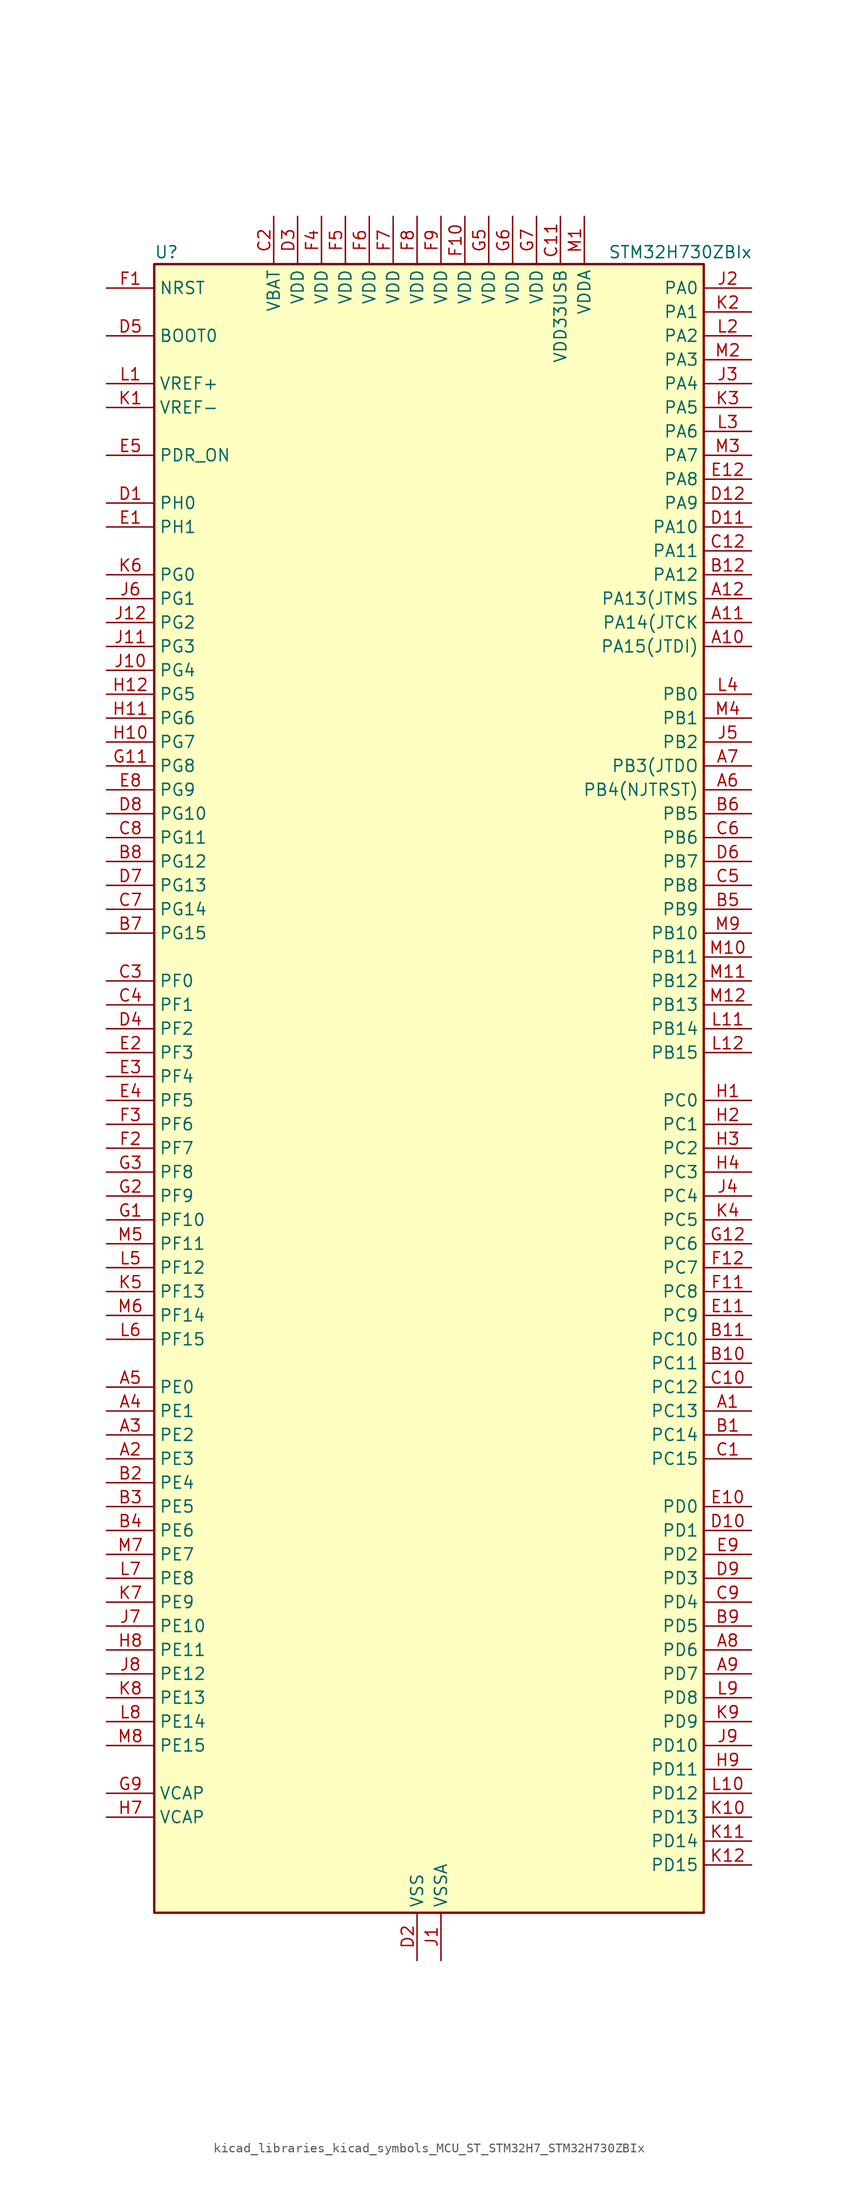
<source format=kicad_sym>
(kicad_symbol_lib
  (version 20220914)
  (generator kicad_symbol_editor)
  (symbol "kicad_libraries_kicad_symbols_MCU_ST_STM32H7_STM32H730ZBIx"
    (property "Reference" "U"
      (at -27.94 90.17 0)
      (effects (font (size 1.27 1.27)) (justify left)))
    (property "Value" "STM32H730ZBIx"
      (at 20.32 90.17 0)
      (effects (font (size 1.27 1.27)) (justify left)))
    (property "ki_locked" ""
      (at 0 0 0)
      (effects (font (size 1.27 1.27))))
    (symbol "kicad_libraries_kicad_symbols_MCU_ST_STM32H7_STM32H730ZBIx_0_1"
      (rectangle (start -27.94 -86.36) (end 30.48 88.9) (stroke (width 0.254) (type default)) (fill (type background))))
    (symbol "kicad_libraries_kicad_symbols_MCU_ST_STM32H7_STM32H730ZBIx_1_1"
      (pin bidirectional line (at 35.56 -33.02 180) (length 5.08) (name "PC13" (effects (font (size 1.27 1.27)))) (number "A1" (effects (font (size 1.27 1.27)))) (alternate "PWR_WKUP4" bidirectional line) (alternate "RTC_OUT_ALARM" bidirectional line) (alternate "RTC_OUT_CALIB" bidirectional line) (alternate "RTC_TAMP1" bidirectional line) (alternate "RTC_TS" bidirectional line))
      (pin bidirectional line (at 35.56 48.26 180) (length 5.08) (name "PA15(JTDI)" (effects (font (size 1.27 1.27)))) (number "A10" (effects (font (size 1.27 1.27)))) (alternate "ADC1_EXTI15" bidirectional line) (alternate "ADC2_EXTI15" bidirectional line) (alternate "ADC3_EXTI15" bidirectional line) (alternate "CEC" bidirectional line) (alternate "DEBUG_JTDI" bidirectional line) (alternate "I2S1_WS" bidirectional line) (alternate "I2S3_WS" bidirectional line) (alternate "I2S6_WS" bidirectional line) (alternate "LTDC_B6" bidirectional line) (alternate "LTDC_R3" bidirectional line) (alternate "SPI1_NSS" bidirectional line) (alternate "SPI3_NSS" bidirectional line) (alternate "SPI6_NSS" bidirectional line) (alternate "TIM2_CH1" bidirectional line) (alternate "TIM2_ETR" bidirectional line) (alternate "UART4_DE" bidirectional line) (alternate "UART4_RTS" bidirectional line) (alternate "UART7_TX" bidirectional line))
      (pin bidirectional line (at 35.56 50.8 180) (length 5.08) (name "PA14(JTCK" (effects (font (size 1.27 1.27)))) (number "A11" (effects (font (size 1.27 1.27)))) (alternate "DEBUG_JTCK-SWCLK" bidirectional line))
      (pin bidirectional line (at 35.56 53.34 180) (length 5.08) (name "PA13(JTMS" (effects (font (size 1.27 1.27)))) (number "A12" (effects (font (size 1.27 1.27)))) (alternate "DEBUG_JTMS-SWDIO" bidirectional line))
      (pin bidirectional line (at -33.02 -38.1 0) (length 5.08) (name "PE3" (effects (font (size 1.27 1.27)))) (number "A2" (effects (font (size 1.27 1.27)))) (alternate "DEBUG_TRACED0" bidirectional line) (alternate "FMC_A19" bidirectional line) (alternate "SAI1_SD_B" bidirectional line) (alternate "SAI4_SD_B" bidirectional line) (alternate "TIM15_BKIN" bidirectional line) (alternate "USART10_TX" bidirectional line))
      (pin bidirectional line (at -33.02 -35.56 0) (length 5.08) (name "PE2" (effects (font (size 1.27 1.27)))) (number "A3" (effects (font (size 1.27 1.27)))) (alternate "DEBUG_TRACECLK" bidirectional line) (alternate "ETH_TXD3" bidirectional line) (alternate "FMC_A23" bidirectional line) (alternate "OCTOSPIM_P1_IO2" bidirectional line) (alternate "SAI1_CK1" bidirectional line) (alternate "SAI1_MCLK_A" bidirectional line) (alternate "SAI4_CK1" bidirectional line) (alternate "SAI4_MCLK_A" bidirectional line) (alternate "SPI4_SCK" bidirectional line) (alternate "USART10_RX" bidirectional line))
      (pin bidirectional line (at -33.02 -33.02 0) (length 5.08) (name "PE1" (effects (font (size 1.27 1.27)))) (number "A4" (effects (font (size 1.27 1.27)))) (alternate "DCMI_D3" bidirectional line) (alternate "FMC_NBL1" bidirectional line) (alternate "LPTIM1_IN2" bidirectional line) (alternate "LTDC_R6" bidirectional line) (alternate "PSSI_D3" bidirectional line) (alternate "UART8_TX" bidirectional line))
      (pin bidirectional line (at -33.02 -30.48 0) (length 5.08) (name "PE0" (effects (font (size 1.27 1.27)))) (number "A5" (effects (font (size 1.27 1.27)))) (alternate "DCMI_D2" bidirectional line) (alternate "FMC_NBL0" bidirectional line) (alternate "LPTIM1_ETR" bidirectional line) (alternate "LPTIM2_ETR" bidirectional line) (alternate "LTDC_R0" bidirectional line) (alternate "PSSI_D2" bidirectional line) (alternate "SAI4_MCLK_A" bidirectional line) (alternate "TIM4_ETR" bidirectional line) (alternate "UART8_RX" bidirectional line))
      (pin bidirectional line (at 35.56 33.02 180) (length 5.08) (name "PB4(NJTRST)" (effects (font (size 1.27 1.27)))) (number "A6" (effects (font (size 1.27 1.27)))) (alternate "DEBUG_JTRST" bidirectional line) (alternate "I2S1_SDI" bidirectional line) (alternate "I2S2_WS" bidirectional line) (alternate "I2S3_SDI" bidirectional line) (alternate "I2S6_SDI" bidirectional line) (alternate "SDMMC2_D3" bidirectional line) (alternate "SPI1_MISO" bidirectional line) (alternate "SPI2_NSS" bidirectional line) (alternate "SPI3_MISO" bidirectional line) (alternate "SPI6_MISO" bidirectional line) (alternate "TIM16_BKIN" bidirectional line) (alternate "TIM3_CH1" bidirectional line) (alternate "UART7_TX" bidirectional line))
      (pin bidirectional line (at 35.56 35.56 180) (length 5.08) (name "PB3(JTDO" (effects (font (size 1.27 1.27)))) (number "A7" (effects (font (size 1.27 1.27)))) (alternate "CRS_SYNC" bidirectional line) (alternate "DEBUG_JTDO-SWO" bidirectional line) (alternate "I2S1_CK" bidirectional line) (alternate "I2S3_CK" bidirectional line) (alternate "I2S6_CK" bidirectional line) (alternate "SDMMC2_D2" bidirectional line) (alternate "SPI1_SCK" bidirectional line) (alternate "SPI3_SCK" bidirectional line) (alternate "SPI6_SCK" bidirectional line) (alternate "TIM24_ETR" bidirectional line) (alternate "TIM2_CH2" bidirectional line) (alternate "UART7_RX" bidirectional line))
      (pin bidirectional line (at 35.56 -58.42 180) (length 5.08) (name "PD6" (effects (font (size 1.27 1.27)))) (number "A8" (effects (font (size 1.27 1.27)))) (alternate "DCMI_D10" bidirectional line) (alternate "DFSDM1_CKIN4" bidirectional line) (alternate "DFSDM1_DATIN1" bidirectional line) (alternate "FMC_NWAIT" bidirectional line) (alternate "I2S3_SDO" bidirectional line) (alternate "LTDC_B2" bidirectional line) (alternate "OCTOSPIM_P1_IO6" bidirectional line) (alternate "PSSI_D10" bidirectional line) (alternate "SAI1_D1" bidirectional line) (alternate "SAI1_SD_A" bidirectional line) (alternate "SAI4_D1" bidirectional line) (alternate "SAI4_SD_A" bidirectional line) (alternate "SDMMC2_CK" bidirectional line) (alternate "SPI3_MOSI" bidirectional line) (alternate "USART2_RX" bidirectional line))
      (pin bidirectional line (at 35.56 -60.96 180) (length 5.08) (name "PD7" (effects (font (size 1.27 1.27)))) (number "A9" (effects (font (size 1.27 1.27)))) (alternate "DFSDM1_CKIN1" bidirectional line) (alternate "DFSDM1_DATIN4" bidirectional line) (alternate "FMC_NE1" bidirectional line) (alternate "I2S1_SDO" bidirectional line) (alternate "OCTOSPIM_P1_IO7" bidirectional line) (alternate "SDMMC2_CMD" bidirectional line) (alternate "SPDIFRX1_IN0" bidirectional line) (alternate "SPI1_MOSI" bidirectional line) (alternate "USART2_CK" bidirectional line))
      (pin bidirectional line (at 35.56 -35.56 180) (length 5.08) (name "PC14" (effects (font (size 1.27 1.27)))) (number "B1" (effects (font (size 1.27 1.27)))) (alternate "RCC_OSC32_IN" bidirectional line))
      (pin bidirectional line (at 35.56 -27.94 180) (length 5.08) (name "PC11" (effects (font (size 1.27 1.27)))) (number "B10" (effects (font (size 1.27 1.27)))) (alternate "ADC1_EXTI11" bidirectional line) (alternate "ADC2_EXTI11" bidirectional line) (alternate "ADC3_EXTI11" bidirectional line) (alternate "DCMI_D4" bidirectional line) (alternate "DFSDM1_DATIN5" bidirectional line) (alternate "I2C5_SCL" bidirectional line) (alternate "I2S3_SDI" bidirectional line) (alternate "LTDC_B4" bidirectional line) (alternate "OCTOSPIM_P1_NCS" bidirectional line) (alternate "PSSI_D4" bidirectional line) (alternate "SDMMC1_D3" bidirectional line) (alternate "SPI3_MISO" bidirectional line) (alternate "UART4_RX" bidirectional line) (alternate "USART3_RX" bidirectional line))
      (pin bidirectional line (at 35.56 -25.4 180) (length 5.08) (name "PC10" (effects (font (size 1.27 1.27)))) (number "B11" (effects (font (size 1.27 1.27)))) (alternate "DCMI_D8" bidirectional line) (alternate "DFSDM1_CKIN5" bidirectional line) (alternate "I2C5_SDA" bidirectional line) (alternate "I2S3_CK" bidirectional line) (alternate "LTDC_B1" bidirectional line) (alternate "LTDC_R2" bidirectional line) (alternate "OCTOSPIM_P1_IO1" bidirectional line) (alternate "PSSI_D8" bidirectional line) (alternate "SDMMC1_D2" bidirectional line) (alternate "SPI3_SCK" bidirectional line) (alternate "SWPMI1_RX" bidirectional line) (alternate "UART4_TX" bidirectional line) (alternate "USART3_TX" bidirectional line))
      (pin bidirectional line (at 35.56 55.88 180) (length 5.08) (name "PA12" (effects (font (size 1.27 1.27)))) (number "B12" (effects (font (size 1.27 1.27)))) (alternate "FDCAN1_TX" bidirectional line) (alternate "I2S2_CK" bidirectional line) (alternate "LPUART1_DE" bidirectional line) (alternate "LPUART1_RTS" bidirectional line) (alternate "LTDC_R5" bidirectional line) (alternate "SAI4_FS_B" bidirectional line) (alternate "SPI2_SCK" bidirectional line) (alternate "TIM1_BKIN2" bidirectional line) (alternate "TIM1_ETR" bidirectional line) (alternate "UART4_TX" bidirectional line) (alternate "USART1_DE" bidirectional line) (alternate "USART1_RTS" bidirectional line) (alternate "USB_OTG_HS_DP" bidirectional line))
      (pin bidirectional line (at -33.02 -40.64 0) (length 5.08) (name "PE4" (effects (font (size 1.27 1.27)))) (number "B2" (effects (font (size 1.27 1.27)))) (alternate "DCMI_D4" bidirectional line) (alternate "DEBUG_TRACED1" bidirectional line) (alternate "DFSDM1_DATIN3" bidirectional line) (alternate "FMC_A20" bidirectional line) (alternate "LTDC_B0" bidirectional line) (alternate "PSSI_D4" bidirectional line) (alternate "SAI1_D2" bidirectional line) (alternate "SAI1_FS_A" bidirectional line) (alternate "SAI4_D2" bidirectional line) (alternate "SAI4_FS_A" bidirectional line) (alternate "SPI4_NSS" bidirectional line) (alternate "TIM15_CH1N" bidirectional line))
      (pin bidirectional line (at -33.02 -43.18 0) (length 5.08) (name "PE5" (effects (font (size 1.27 1.27)))) (number "B3" (effects (font (size 1.27 1.27)))) (alternate "DCMI_D6" bidirectional line) (alternate "DEBUG_TRACED2" bidirectional line) (alternate "DFSDM1_CKIN3" bidirectional line) (alternate "FMC_A21" bidirectional line) (alternate "LTDC_G0" bidirectional line) (alternate "PSSI_D6" bidirectional line) (alternate "SAI1_CK2" bidirectional line) (alternate "SAI1_SCK_A" bidirectional line) (alternate "SAI4_CK2" bidirectional line) (alternate "SAI4_SCK_A" bidirectional line) (alternate "SPI4_MISO" bidirectional line) (alternate "TIM15_CH1" bidirectional line))
      (pin bidirectional line (at -33.02 -45.72 0) (length 5.08) (name "PE6" (effects (font (size 1.27 1.27)))) (number "B4" (effects (font (size 1.27 1.27)))) (alternate "DCMI_D7" bidirectional line) (alternate "DEBUG_TRACED3" bidirectional line) (alternate "FMC_A22" bidirectional line) (alternate "LTDC_G1" bidirectional line) (alternate "PSSI_D7" bidirectional line) (alternate "SAI1_D1" bidirectional line) (alternate "SAI1_SD_A" bidirectional line) (alternate "SAI4_D1" bidirectional line) (alternate "SAI4_MCLK_B" bidirectional line) (alternate "SAI4_SD_A" bidirectional line) (alternate "SPI4_MOSI" bidirectional line) (alternate "TIM15_CH2" bidirectional line) (alternate "TIM1_BKIN2" bidirectional line) (alternate "TIM1_BKIN2_COMP1" bidirectional line) (alternate "TIM1_BKIN2_COMP2" bidirectional line))
      (pin bidirectional line (at 35.56 20.32 180) (length 5.08) (name "PB9" (effects (font (size 1.27 1.27)))) (number "B5" (effects (font (size 1.27 1.27)))) (alternate "DAC1_EXTI9" bidirectional line) (alternate "DCMI_D7" bidirectional line) (alternate "DFSDM1_DATIN7" bidirectional line) (alternate "FDCAN1_TX" bidirectional line) (alternate "I2C1_SDA" bidirectional line) (alternate "I2C4_SDA" bidirectional line) (alternate "I2C4_SMBA" bidirectional line) (alternate "I2S2_WS" bidirectional line) (alternate "LTDC_B7" bidirectional line) (alternate "PSSI_D7" bidirectional line) (alternate "SDMMC1_CDIR" bidirectional line) (alternate "SDMMC1_D5" bidirectional line) (alternate "SDMMC2_D5" bidirectional line) (alternate "SPI2_NSS" bidirectional line) (alternate "TIM17_CH1" bidirectional line) (alternate "TIM4_CH4" bidirectional line) (alternate "UART4_TX" bidirectional line))
      (pin bidirectional line (at 35.56 30.48 180) (length 5.08) (name "PB5" (effects (font (size 1.27 1.27)))) (number "B6" (effects (font (size 1.27 1.27)))) (alternate "DCMI_D10" bidirectional line) (alternate "ETH_PPS_OUT" bidirectional line) (alternate "FDCAN2_RX" bidirectional line) (alternate "FMC_SDCKE1" bidirectional line) (alternate "I2C1_SMBA" bidirectional line) (alternate "I2C4_SMBA" bidirectional line) (alternate "I2S1_SDO" bidirectional line) (alternate "I2S3_SDO" bidirectional line) (alternate "I2S6_SDO" bidirectional line) (alternate "LTDC_B5" bidirectional line) (alternate "PSSI_D10" bidirectional line) (alternate "SPI1_MOSI" bidirectional line) (alternate "SPI3_MOSI" bidirectional line) (alternate "SPI6_MOSI" bidirectional line) (alternate "TIM17_BKIN" bidirectional line) (alternate "TIM3_CH2" bidirectional line) (alternate "UART5_RX" bidirectional line) (alternate "USB_OTG_HS_ULPI_D7" bidirectional line))
      (pin bidirectional line (at -33.02 17.78 0) (length 5.08) (name "PG15" (effects (font (size 1.27 1.27)))) (number "B7" (effects (font (size 1.27 1.27)))) (alternate "ADC1_EXTI15" bidirectional line) (alternate "ADC2_EXTI15" bidirectional line) (alternate "ADC3_EXTI15" bidirectional line) (alternate "DCMI_D13" bidirectional line) (alternate "FMC_SDNCAS" bidirectional line) (alternate "OCTOSPIM_P2_DQS" bidirectional line) (alternate "PSSI_D13" bidirectional line) (alternate "USART10_CK" bidirectional line) (alternate "USART6_CTS" bidirectional line) (alternate "USART6_NSS" bidirectional line))
      (pin bidirectional line (at -33.02 25.4 0) (length 5.08) (name "PG12" (effects (font (size 1.27 1.27)))) (number "B8" (effects (font (size 1.27 1.27)))) (alternate "ETH_TXD1" bidirectional line) (alternate "FMC_NE4" bidirectional line) (alternate "I2S6_SDI" bidirectional line) (alternate "LPTIM1_IN1" bidirectional line) (alternate "LTDC_B1" bidirectional line) (alternate "LTDC_B4" bidirectional line) (alternate "OCTOSPIM_P2_NCS" bidirectional line) (alternate "SDMMC2_D3" bidirectional line) (alternate "SPDIFRX1_IN1" bidirectional line) (alternate "SPI6_MISO" bidirectional line) (alternate "TIM23_CH1" bidirectional line) (alternate "USART10_TX" bidirectional line) (alternate "USART6_DE" bidirectional line) (alternate "USART6_RTS" bidirectional line))
      (pin bidirectional line (at 35.56 -55.88 180) (length 5.08) (name "PD5" (effects (font (size 1.27 1.27)))) (number "B9" (effects (font (size 1.27 1.27)))) (alternate "FMC_NWE" bidirectional line) (alternate "OCTOSPIM_P1_IO5" bidirectional line) (alternate "USART2_TX" bidirectional line))
      (pin bidirectional line (at 35.56 -38.1 180) (length 5.08) (name "PC15" (effects (font (size 1.27 1.27)))) (number "C1" (effects (font (size 1.27 1.27)))) (alternate "ADC1_EXTI15" bidirectional line) (alternate "ADC2_EXTI15" bidirectional line) (alternate "ADC3_EXTI15" bidirectional line) (alternate "RCC_OSC32_OUT" bidirectional line))
      (pin bidirectional line (at 35.56 -30.48 180) (length 5.08) (name "PC12" (effects (font (size 1.27 1.27)))) (number "C10" (effects (font (size 1.27 1.27)))) (alternate "DCMI_D9" bidirectional line) (alternate "DEBUG_TRACED3" bidirectional line) (alternate "FMC_D6" bidirectional line) (alternate "FMC_DA6" bidirectional line) (alternate "I2C5_SMBA" bidirectional line) (alternate "I2S3_SDO" bidirectional line) (alternate "I2S6_CK" bidirectional line) (alternate "LTDC_R6" bidirectional line) (alternate "PSSI_D9" bidirectional line) (alternate "SDMMC1_CK" bidirectional line) (alternate "SPI3_MOSI" bidirectional line) (alternate "SPI6_SCK" bidirectional line) (alternate "TIM15_CH1" bidirectional line) (alternate "UART5_TX" bidirectional line) (alternate "USART3_CK" bidirectional line))
      (pin power_in line (at 15.24 93.98 270) (length 5.08) (name "VDD33USB" (effects (font (size 1.27 1.27)))) (number "C11" (effects (font (size 1.27 1.27)))))
      (pin bidirectional line (at 35.56 58.42 180) (length 5.08) (name "PA11" (effects (font (size 1.27 1.27)))) (number "C12" (effects (font (size 1.27 1.27)))) (alternate "ADC1_EXTI11" bidirectional line) (alternate "ADC2_EXTI11" bidirectional line) (alternate "ADC3_EXTI11" bidirectional line) (alternate "FDCAN1_RX" bidirectional line) (alternate "I2S2_WS" bidirectional line) (alternate "LPUART1_CTS" bidirectional line) (alternate "LTDC_R4" bidirectional line) (alternate "SPI2_NSS" bidirectional line) (alternate "TIM1_CH4" bidirectional line) (alternate "UART4_RX" bidirectional line) (alternate "USART1_CTS" bidirectional line) (alternate "USART1_NSS" bidirectional line) (alternate "USB_OTG_HS_DM" bidirectional line))
      (pin power_in line (at -15.24 93.98 270) (length 5.08) (name "VBAT" (effects (font (size 1.27 1.27)))) (number "C2" (effects (font (size 1.27 1.27)))))
      (pin bidirectional line (at -33.02 12.7 0) (length 5.08) (name "PF0" (effects (font (size 1.27 1.27)))) (number "C3" (effects (font (size 1.27 1.27)))) (alternate "FMC_A0" bidirectional line) (alternate "I2C2_SDA" bidirectional line) (alternate "I2C5_SDA" bidirectional line) (alternate "OCTOSPIM_P2_IO0" bidirectional line) (alternate "TIM23_CH1" bidirectional line))
      (pin bidirectional line (at -33.02 10.16 0) (length 5.08) (name "PF1" (effects (font (size 1.27 1.27)))) (number "C4" (effects (font (size 1.27 1.27)))) (alternate "FMC_A1" bidirectional line) (alternate "I2C2_SCL" bidirectional line) (alternate "I2C5_SCL" bidirectional line) (alternate "OCTOSPIM_P2_IO1" bidirectional line) (alternate "TIM23_CH2" bidirectional line))
      (pin bidirectional line (at 35.56 22.86 180) (length 5.08) (name "PB8" (effects (font (size 1.27 1.27)))) (number "C5" (effects (font (size 1.27 1.27)))) (alternate "DCMI_D6" bidirectional line) (alternate "DFSDM1_CKIN7" bidirectional line) (alternate "ETH_TXD3" bidirectional line) (alternate "FDCAN1_RX" bidirectional line) (alternate "I2C1_SCL" bidirectional line) (alternate "I2C4_SCL" bidirectional line) (alternate "LTDC_B6" bidirectional line) (alternate "PSSI_D6" bidirectional line) (alternate "SDMMC1_CKIN" bidirectional line) (alternate "SDMMC1_D4" bidirectional line) (alternate "SDMMC2_D4" bidirectional line) (alternate "TIM16_CH1" bidirectional line) (alternate "TIM4_CH3" bidirectional line) (alternate "UART4_RX" bidirectional line))
      (pin bidirectional line (at 35.56 27.94 180) (length 5.08) (name "PB6" (effects (font (size 1.27 1.27)))) (number "C6" (effects (font (size 1.27 1.27)))) (alternate "CEC" bidirectional line) (alternate "DCMI_D5" bidirectional line) (alternate "DFSDM1_DATIN5" bidirectional line) (alternate "FDCAN2_TX" bidirectional line) (alternate "FMC_SDNE1" bidirectional line) (alternate "I2C1_SCL" bidirectional line) (alternate "I2C4_SCL" bidirectional line) (alternate "LPUART1_TX" bidirectional line) (alternate "OCTOSPIM_P1_NCS" bidirectional line) (alternate "PSSI_D5" bidirectional line) (alternate "TIM16_CH1N" bidirectional line) (alternate "TIM4_CH1" bidirectional line) (alternate "UART5_TX" bidirectional line) (alternate "USART1_TX" bidirectional line))
      (pin bidirectional line (at -33.02 20.32 0) (length 5.08) (name "PG14" (effects (font (size 1.27 1.27)))) (number "C7" (effects (font (size 1.27 1.27)))) (alternate "DEBUG_TRACED1" bidirectional line) (alternate "ETH_TXD1" bidirectional line) (alternate "FMC_A25" bidirectional line) (alternate "I2S6_SDO" bidirectional line) (alternate "LPTIM1_ETR" bidirectional line) (alternate "LTDC_B0" bidirectional line) (alternate "OCTOSPIM_P1_IO7" bidirectional line) (alternate "SDMMC2_D7" bidirectional line) (alternate "SPI6_MOSI" bidirectional line) (alternate "TIM23_CH3" bidirectional line) (alternate "USART10_DE" bidirectional line) (alternate "USART10_RTS" bidirectional line) (alternate "USART6_TX" bidirectional line))
      (pin bidirectional line (at -33.02 27.94 0) (length 5.08) (name "PG11" (effects (font (size 1.27 1.27)))) (number "C8" (effects (font (size 1.27 1.27)))) (alternate "ADC1_EXTI11" bidirectional line) (alternate "ADC2_EXTI11" bidirectional line) (alternate "ADC3_EXTI11" bidirectional line) (alternate "DCMI_D3" bidirectional line) (alternate "ETH_TX_EN" bidirectional line) (alternate "I2S1_CK" bidirectional line) (alternate "LPTIM1_IN2" bidirectional line) (alternate "LTDC_B3" bidirectional line) (alternate "OCTOSPIM_P2_IO7" bidirectional line) (alternate "PSSI_D3" bidirectional line) (alternate "SDMMC2_D2" bidirectional line) (alternate "SPDIFRX1_IN0" bidirectional line) (alternate "SPI1_SCK" bidirectional line) (alternate "USART10_RX" bidirectional line))
      (pin bidirectional line (at 35.56 -53.34 180) (length 5.08) (name "PD4" (effects (font (size 1.27 1.27)))) (number "C9" (effects (font (size 1.27 1.27)))) (alternate "FMC_NOE" bidirectional line) (alternate "OCTOSPIM_P1_IO4" bidirectional line) (alternate "USART2_DE" bidirectional line) (alternate "USART2_RTS" bidirectional line))
      (pin bidirectional line (at -33.02 63.5 0) (length 5.08) (name "PH0" (effects (font (size 1.27 1.27)))) (number "D1" (effects (font (size 1.27 1.27)))) (alternate "RCC_OSC_IN" bidirectional line))
      (pin bidirectional line (at 35.56 -45.72 180) (length 5.08) (name "PD1" (effects (font (size 1.27 1.27)))) (number "D10" (effects (font (size 1.27 1.27)))) (alternate "DFSDM1_DATIN6" bidirectional line) (alternate "FDCAN1_TX" bidirectional line) (alternate "FMC_D3" bidirectional line) (alternate "FMC_DA3" bidirectional line) (alternate "UART4_TX" bidirectional line))
      (pin bidirectional line (at 35.56 60.96 180) (length 5.08) (name "PA10" (effects (font (size 1.27 1.27)))) (number "D11" (effects (font (size 1.27 1.27)))) (alternate "DCMI_D1" bidirectional line) (alternate "LPUART1_RX" bidirectional line) (alternate "LTDC_B1" bidirectional line) (alternate "LTDC_B4" bidirectional line) (alternate "MDIOS_MDIO" bidirectional line) (alternate "PSSI_D1" bidirectional line) (alternate "TIM1_CH3" bidirectional line) (alternate "USART1_RX" bidirectional line) (alternate "USB_OTG_HS_ID" bidirectional line))
      (pin bidirectional line (at 35.56 63.5 180) (length 5.08) (name "PA9" (effects (font (size 1.27 1.27)))) (number "D12" (effects (font (size 1.27 1.27)))) (alternate "DAC1_EXTI9" bidirectional line) (alternate "DCMI_D0" bidirectional line) (alternate "ETH_TX_ER" bidirectional line) (alternate "I2C3_SMBA" bidirectional line) (alternate "I2C5_SMBA" bidirectional line) (alternate "I2S2_CK" bidirectional line) (alternate "LPUART1_TX" bidirectional line) (alternate "LTDC_R5" bidirectional line) (alternate "PSSI_D0" bidirectional line) (alternate "SPI2_SCK" bidirectional line) (alternate "TIM1_CH2" bidirectional line) (alternate "USART1_TX" bidirectional line) (alternate "USB_OTG_HS_VBUS" bidirectional line))
      (pin power_in line (at 0 -91.44 90) (length 5.08) (name "VSS" (effects (font (size 1.27 1.27)))) (number "D2" (effects (font (size 1.27 1.27)))))
      (pin power_in line (at -12.7 93.98 270) (length 5.08) (name "VDD" (effects (font (size 1.27 1.27)))) (number "D3" (effects (font (size 1.27 1.27)))))
      (pin bidirectional line (at -33.02 7.62 0) (length 5.08) (name "PF2" (effects (font (size 1.27 1.27)))) (number "D4" (effects (font (size 1.27 1.27)))) (alternate "FMC_A2" bidirectional line) (alternate "I2C2_SMBA" bidirectional line) (alternate "I2C5_SMBA" bidirectional line) (alternate "OCTOSPIM_P2_IO2" bidirectional line) (alternate "TIM23_CH3" bidirectional line))
      (pin input line (at -33.02 81.28 0) (length 5.08) (name "BOOT0" (effects (font (size 1.27 1.27)))) (number "D5" (effects (font (size 1.27 1.27)))))
      (pin bidirectional line (at 35.56 25.4 180) (length 5.08) (name "PB7" (effects (font (size 1.27 1.27)))) (number "D6" (effects (font (size 1.27 1.27)))) (alternate "DCMI_VSYNC" bidirectional line) (alternate "DFSDM1_CKIN5" bidirectional line) (alternate "FMC_NL" bidirectional line) (alternate "I2C1_SDA" bidirectional line) (alternate "I2C4_SDA" bidirectional line) (alternate "LPUART1_RX" bidirectional line) (alternate "PSSI_RDY" bidirectional line) (alternate "PWR_PVD_IN" bidirectional line) (alternate "TIM17_CH1N" bidirectional line) (alternate "TIM4_CH2" bidirectional line) (alternate "USART1_RX" bidirectional line))
      (pin bidirectional line (at -33.02 22.86 0) (length 5.08) (name "PG13" (effects (font (size 1.27 1.27)))) (number "D7" (effects (font (size 1.27 1.27)))) (alternate "DEBUG_TRACED0" bidirectional line) (alternate "ETH_TXD0" bidirectional line) (alternate "FMC_A24" bidirectional line) (alternate "I2S6_CK" bidirectional line) (alternate "LPTIM1_OUT" bidirectional line) (alternate "LTDC_R0" bidirectional line) (alternate "SDMMC2_D6" bidirectional line) (alternate "SPI6_SCK" bidirectional line) (alternate "TIM23_CH2" bidirectional line) (alternate "USART10_CTS" bidirectional line) (alternate "USART10_NSS" bidirectional line) (alternate "USART6_CTS" bidirectional line) (alternate "USART6_NSS" bidirectional line))
      (pin bidirectional line (at -33.02 30.48 0) (length 5.08) (name "PG10" (effects (font (size 1.27 1.27)))) (number "D8" (effects (font (size 1.27 1.27)))) (alternate "DCMI_D2" bidirectional line) (alternate "FDCAN3_RX" bidirectional line) (alternate "FMC_NE3" bidirectional line) (alternate "I2S1_WS" bidirectional line) (alternate "LTDC_B2" bidirectional line) (alternate "LTDC_G3" bidirectional line) (alternate "OCTOSPIM_P2_IO6" bidirectional line) (alternate "PSSI_D2" bidirectional line) (alternate "SAI4_SD_B" bidirectional line) (alternate "SDMMC2_D1" bidirectional line) (alternate "SPI1_NSS" bidirectional line))
      (pin bidirectional line (at 35.56 -50.8 180) (length 5.08) (name "PD3" (effects (font (size 1.27 1.27)))) (number "D9" (effects (font (size 1.27 1.27)))) (alternate "DCMI_D5" bidirectional line) (alternate "DFSDM1_CKOUT" bidirectional line) (alternate "FMC_CLK" bidirectional line) (alternate "I2S2_CK" bidirectional line) (alternate "LTDC_G7" bidirectional line) (alternate "PSSI_D5" bidirectional line) (alternate "SPI2_SCK" bidirectional line) (alternate "USART2_CTS" bidirectional line) (alternate "USART2_NSS" bidirectional line))
      (pin bidirectional line (at -33.02 60.96 0) (length 5.08) (name "PH1" (effects (font (size 1.27 1.27)))) (number "E1" (effects (font (size 1.27 1.27)))) (alternate "RCC_OSC_OUT" bidirectional line))
      (pin bidirectional line (at 35.56 -43.18 180) (length 5.08) (name "PD0" (effects (font (size 1.27 1.27)))) (number "E10" (effects (font (size 1.27 1.27)))) (alternate "DFSDM1_CKIN6" bidirectional line) (alternate "FDCAN1_RX" bidirectional line) (alternate "FMC_D2" bidirectional line) (alternate "FMC_DA2" bidirectional line) (alternate "LTDC_B1" bidirectional line) (alternate "UART4_RX" bidirectional line) (alternate "UART9_CTS" bidirectional line))
      (pin bidirectional line (at 35.56 -22.86 180) (length 5.08) (name "PC9" (effects (font (size 1.27 1.27)))) (number "E11" (effects (font (size 1.27 1.27)))) (alternate "DAC1_EXTI9" bidirectional line) (alternate "DCMI_D3" bidirectional line) (alternate "I2C3_SDA" bidirectional line) (alternate "I2C5_SDA" bidirectional line) (alternate "I2S_CKIN" bidirectional line) (alternate "LTDC_B2" bidirectional line) (alternate "LTDC_G3" bidirectional line) (alternate "OCTOSPIM_P1_IO0" bidirectional line) (alternate "PSSI_D3" bidirectional line) (alternate "RCC_MCO_2" bidirectional line) (alternate "SDMMC1_D1" bidirectional line) (alternate "SWPMI1_SUSPEND" bidirectional line) (alternate "TIM3_CH4" bidirectional line) (alternate "TIM8_CH4" bidirectional line) (alternate "UART5_CTS" bidirectional line))
      (pin bidirectional line (at 35.56 66.04 180) (length 5.08) (name "PA8" (effects (font (size 1.27 1.27)))) (number "E12" (effects (font (size 1.27 1.27)))) (alternate "I2C3_SCL" bidirectional line) (alternate "I2C5_SCL" bidirectional line) (alternate "LTDC_B3" bidirectional line) (alternate "LTDC_R6" bidirectional line) (alternate "RCC_MCO_1" bidirectional line) (alternate "TIM1_CH1" bidirectional line) (alternate "TIM8_BKIN2" bidirectional line) (alternate "TIM8_BKIN2_COMP1" bidirectional line) (alternate "TIM8_BKIN2_COMP2" bidirectional line) (alternate "UART7_RX" bidirectional line) (alternate "USART1_CK" bidirectional line) (alternate "USB_OTG_HS_SOF" bidirectional line))
      (pin bidirectional line (at -33.02 5.08 0) (length 5.08) (name "PF3" (effects (font (size 1.27 1.27)))) (number "E2" (effects (font (size 1.27 1.27)))) (alternate "ADC3_INP5" bidirectional line) (alternate "FMC_A3" bidirectional line) (alternate "OCTOSPIM_P2_IO3" bidirectional line) (alternate "TIM23_CH4" bidirectional line))
      (pin bidirectional line (at -33.02 2.54 0) (length 5.08) (name "PF4" (effects (font (size 1.27 1.27)))) (number "E3" (effects (font (size 1.27 1.27)))) (alternate "ADC3_INN5" bidirectional line) (alternate "ADC3_INP9" bidirectional line) (alternate "FMC_A4" bidirectional line) (alternate "OCTOSPIM_P2_CLK" bidirectional line))
      (pin bidirectional line (at -33.02 0 0) (length 5.08) (name "PF5" (effects (font (size 1.27 1.27)))) (number "E4" (effects (font (size 1.27 1.27)))) (alternate "ADC3_INP4" bidirectional line) (alternate "FMC_A5" bidirectional line) (alternate "OCTOSPIM_P2_NCLK" bidirectional line))
      (pin input line (at -33.02 68.58 0) (length 5.08) (name "PDR_ON" (effects (font (size 1.27 1.27)))) (number "E5" (effects (font (size 1.27 1.27)))))
      (pin passive line (at 0 -91.44 90) (length 5.08) hide (name "VSS" (effects (font (size 1.27 1.27)))) (number "E6" (effects (font (size 1.27 1.27)))))
      (pin passive line (at 0 -91.44 90) (length 5.08) hide (name "VSS" (effects (font (size 1.27 1.27)))) (number "E7" (effects (font (size 1.27 1.27)))))
      (pin bidirectional line (at -33.02 33.02 0) (length 5.08) (name "PG9" (effects (font (size 1.27 1.27)))) (number "E8" (effects (font (size 1.27 1.27)))) (alternate "DAC1_EXTI9" bidirectional line) (alternate "DCMI_VSYNC" bidirectional line) (alternate "FDCAN3_TX" bidirectional line) (alternate "FMC_NCE" bidirectional line) (alternate "FMC_NE2" bidirectional line) (alternate "I2S1_SDI" bidirectional line) (alternate "OCTOSPIM_P1_IO6" bidirectional line) (alternate "PSSI_RDY" bidirectional line) (alternate "SAI4_FS_B" bidirectional line) (alternate "SDMMC2_D0" bidirectional line) (alternate "SPDIFRX1_IN3" bidirectional line) (alternate "SPI1_MISO" bidirectional line) (alternate "USART6_RX" bidirectional line))
      (pin bidirectional line (at 35.56 -48.26 180) (length 5.08) (name "PD2" (effects (font (size 1.27 1.27)))) (number "E9" (effects (font (size 1.27 1.27)))) (alternate "DCMI_D11" bidirectional line) (alternate "DEBUG_TRACED2" bidirectional line) (alternate "FMC_D7" bidirectional line) (alternate "FMC_DA7" bidirectional line) (alternate "LTDC_B2" bidirectional line) (alternate "LTDC_B7" bidirectional line) (alternate "PSSI_D11" bidirectional line) (alternate "SDMMC1_CMD" bidirectional line) (alternate "TIM15_BKIN" bidirectional line) (alternate "TIM3_ETR" bidirectional line) (alternate "UART5_RX" bidirectional line))
      (pin input line (at -33.02 86.36 0) (length 5.08) (name "NRST" (effects (font (size 1.27 1.27)))) (number "F1" (effects (font (size 1.27 1.27)))))
      (pin power_in line (at 5.08 93.98 270) (length 5.08) (name "VDD" (effects (font (size 1.27 1.27)))) (number "F10" (effects (font (size 1.27 1.27)))))
      (pin bidirectional line (at 35.56 -20.32 180) (length 5.08) (name "PC8" (effects (font (size 1.27 1.27)))) (number "F11" (effects (font (size 1.27 1.27)))) (alternate "DCMI_D2" bidirectional line) (alternate "DEBUG_TRACED1" bidirectional line) (alternate "FMC_INT" bidirectional line) (alternate "FMC_NCE" bidirectional line) (alternate "FMC_NE2" bidirectional line) (alternate "PSSI_D2" bidirectional line) (alternate "SDMMC1_D0" bidirectional line) (alternate "SWPMI1_RX" bidirectional line) (alternate "TIM3_CH3" bidirectional line) (alternate "TIM8_CH3" bidirectional line) (alternate "UART5_DE" bidirectional line) (alternate "UART5_RTS" bidirectional line) (alternate "USART6_CK" bidirectional line))
      (pin bidirectional line (at 35.56 -17.78 180) (length 5.08) (name "PC7" (effects (font (size 1.27 1.27)))) (number "F12" (effects (font (size 1.27 1.27)))) (alternate "DCMI_D1" bidirectional line) (alternate "DEBUG_TRGIO" bidirectional line) (alternate "DFSDM1_DATIN3" bidirectional line) (alternate "FMC_NE1" bidirectional line) (alternate "I2S3_MCK" bidirectional line) (alternate "LTDC_G6" bidirectional line) (alternate "PSSI_D1" bidirectional line) (alternate "SDMMC1_D123DIR" bidirectional line) (alternate "SDMMC1_D7" bidirectional line) (alternate "SDMMC2_D7" bidirectional line) (alternate "SWPMI1_TX" bidirectional line) (alternate "TIM3_CH2" bidirectional line) (alternate "TIM8_CH2" bidirectional line) (alternate "USART6_RX" bidirectional line))
      (pin bidirectional line (at -33.02 -5.08 0) (length 5.08) (name "PF7" (effects (font (size 1.27 1.27)))) (number "F2" (effects (font (size 1.27 1.27)))) (alternate "ADC3_INP3" bidirectional line) (alternate "FDCAN3_TX" bidirectional line) (alternate "OCTOSPIM_P1_IO2" bidirectional line) (alternate "SAI1_MCLK_B" bidirectional line) (alternate "SAI4_MCLK_B" bidirectional line) (alternate "SPI5_SCK" bidirectional line) (alternate "TIM17_CH1" bidirectional line) (alternate "TIM23_CH2" bidirectional line) (alternate "UART7_TX" bidirectional line))
      (pin bidirectional line (at -33.02 -2.54 0) (length 5.08) (name "PF6" (effects (font (size 1.27 1.27)))) (number "F3" (effects (font (size 1.27 1.27)))) (alternate "ADC3_INN4" bidirectional line) (alternate "ADC3_INP8" bidirectional line) (alternate "FDCAN3_RX" bidirectional line) (alternate "OCTOSPIM_P1_IO3" bidirectional line) (alternate "SAI1_SD_B" bidirectional line) (alternate "SAI4_SD_B" bidirectional line) (alternate "SPI5_NSS" bidirectional line) (alternate "TIM16_CH1" bidirectional line) (alternate "TIM23_CH1" bidirectional line) (alternate "UART7_RX" bidirectional line))
      (pin power_in line (at -10.16 93.98 270) (length 5.08) (name "VDD" (effects (font (size 1.27 1.27)))) (number "F4" (effects (font (size 1.27 1.27)))))
      (pin power_in line (at -7.62 93.98 270) (length 5.08) (name "VDD" (effects (font (size 1.27 1.27)))) (number "F5" (effects (font (size 1.27 1.27)))))
      (pin power_in line (at -5.08 93.98 270) (length 5.08) (name "VDD" (effects (font (size 1.27 1.27)))) (number "F6" (effects (font (size 1.27 1.27)))))
      (pin power_in line (at -2.54 93.98 270) (length 5.08) (name "VDD" (effects (font (size 1.27 1.27)))) (number "F7" (effects (font (size 1.27 1.27)))))
      (pin power_in line (at 0 93.98 270) (length 5.08) (name "VDD" (effects (font (size 1.27 1.27)))) (number "F8" (effects (font (size 1.27 1.27)))))
      (pin power_in line (at 2.54 93.98 270) (length 5.08) (name "VDD" (effects (font (size 1.27 1.27)))) (number "F9" (effects (font (size 1.27 1.27)))))
      (pin bidirectional line (at -33.02 -12.7 0) (length 5.08) (name "PF10" (effects (font (size 1.27 1.27)))) (number "G1" (effects (font (size 1.27 1.27)))) (alternate "ADC3_INN2" bidirectional line) (alternate "ADC3_INP6" bidirectional line) (alternate "DCMI_D11" bidirectional line) (alternate "LTDC_DE" bidirectional line) (alternate "OCTOSPIM_P1_CLK" bidirectional line) (alternate "PSSI_D11" bidirectional line) (alternate "PSSI_D15" bidirectional line) (alternate "SAI1_D3" bidirectional line) (alternate "SAI4_D3" bidirectional line) (alternate "TIM16_BKIN" bidirectional line))
      (pin passive line (at 0 -91.44 90) (length 5.08) hide (name "VSS" (effects (font (size 1.27 1.27)))) (number "G10" (effects (font (size 1.27 1.27)))))
      (pin bidirectional line (at -33.02 35.56 0) (length 5.08) (name "PG8" (effects (font (size 1.27 1.27)))) (number "G11" (effects (font (size 1.27 1.27)))) (alternate "ETH_PPS_OUT" bidirectional line) (alternate "FMC_SDCLK" bidirectional line) (alternate "I2S6_WS" bidirectional line) (alternate "LTDC_G7" bidirectional line) (alternate "SPDIFRX1_IN2" bidirectional line) (alternate "SPI6_NSS" bidirectional line) (alternate "TIM8_ETR" bidirectional line) (alternate "USART6_DE" bidirectional line) (alternate "USART6_RTS" bidirectional line))
      (pin bidirectional line (at 35.56 -15.24 180) (length 5.08) (name "PC6" (effects (font (size 1.27 1.27)))) (number "G12" (effects (font (size 1.27 1.27)))) (alternate "DCMI_D0" bidirectional line) (alternate "DFSDM1_CKIN3" bidirectional line) (alternate "FMC_NWAIT" bidirectional line) (alternate "I2S2_MCK" bidirectional line) (alternate "LTDC_HSYNC" bidirectional line) (alternate "PSSI_D0" bidirectional line) (alternate "SDMMC1_D0DIR" bidirectional line) (alternate "SDMMC1_D6" bidirectional line) (alternate "SDMMC2_D6" bidirectional line) (alternate "SWPMI1_IO" bidirectional line) (alternate "TIM3_CH1" bidirectional line) (alternate "TIM8_CH1" bidirectional line) (alternate "USART6_TX" bidirectional line))
      (pin bidirectional line (at -33.02 -10.16 0) (length 5.08) (name "PF9" (effects (font (size 1.27 1.27)))) (number "G2" (effects (font (size 1.27 1.27)))) (alternate "ADC3_INP2" bidirectional line) (alternate "DAC1_EXTI9" bidirectional line) (alternate "OCTOSPIM_P1_IO1" bidirectional line) (alternate "SAI1_FS_B" bidirectional line) (alternate "SAI4_FS_B" bidirectional line) (alternate "SPI5_MOSI" bidirectional line) (alternate "TIM14_CH1" bidirectional line) (alternate "TIM17_CH1N" bidirectional line) (alternate "TIM23_CH4" bidirectional line) (alternate "UART7_CTS" bidirectional line))
      (pin bidirectional line (at -33.02 -7.62 0) (length 5.08) (name "PF8" (effects (font (size 1.27 1.27)))) (number "G3" (effects (font (size 1.27 1.27)))) (alternate "ADC3_INN3" bidirectional line) (alternate "ADC3_INP7" bidirectional line) (alternate "OCTOSPIM_P1_IO0" bidirectional line) (alternate "SAI1_SCK_B" bidirectional line) (alternate "SAI4_SCK_B" bidirectional line) (alternate "SPI5_MISO" bidirectional line) (alternate "TIM13_CH1" bidirectional line) (alternate "TIM16_CH1N" bidirectional line) (alternate "TIM23_CH3" bidirectional line) (alternate "UART7_DE" bidirectional line) (alternate "UART7_RTS" bidirectional line))
      (pin passive line (at 0 -91.44 90) (length 5.08) hide (name "VSS" (effects (font (size 1.27 1.27)))) (number "G4" (effects (font (size 1.27 1.27)))))
      (pin power_in line (at 7.62 93.98 270) (length 5.08) (name "VDD" (effects (font (size 1.27 1.27)))) (number "G5" (effects (font (size 1.27 1.27)))))
      (pin power_in line (at 10.16 93.98 270) (length 5.08) (name "VDD" (effects (font (size 1.27 1.27)))) (number "G6" (effects (font (size 1.27 1.27)))))
      (pin power_in line (at 12.7 93.98 270) (length 5.08) (name "VDD" (effects (font (size 1.27 1.27)))) (number "G7" (effects (font (size 1.27 1.27)))))
      (pin passive line (at 0 -91.44 90) (length 5.08) hide (name "VSS" (effects (font (size 1.27 1.27)))) (number "G8" (effects (font (size 1.27 1.27)))))
      (pin power_out line (at -33.02 -73.66 0) (length 5.08) (name "VCAP" (effects (font (size 1.27 1.27)))) (number "G9" (effects (font (size 1.27 1.27)))))
      (pin bidirectional line (at 35.56 0 180) (length 5.08) (name "PC0" (effects (font (size 1.27 1.27)))) (number "H1" (effects (font (size 1.27 1.27)))) (alternate "ADC1_INP10" bidirectional line) (alternate "ADC2_INP10" bidirectional line) (alternate "ADC3_INP10" bidirectional line) (alternate "DFSDM1_CKIN0" bidirectional line) (alternate "DFSDM1_DATIN4" bidirectional line) (alternate "FMC_A25" bidirectional line) (alternate "FMC_D12" bidirectional line) (alternate "FMC_DA12" bidirectional line) (alternate "FMC_SDNWE" bidirectional line) (alternate "LTDC_G2" bidirectional line) (alternate "LTDC_R5" bidirectional line) (alternate "SAI4_FS_B" bidirectional line) (alternate "USB_OTG_HS_ULPI_STP" bidirectional line))
      (pin bidirectional line (at -33.02 38.1 0) (length 5.08) (name "PG7" (effects (font (size 1.27 1.27)))) (number "H10" (effects (font (size 1.27 1.27)))) (alternate "DCMI_D13" bidirectional line) (alternate "FMC_INT" bidirectional line) (alternate "LTDC_CLK" bidirectional line) (alternate "OCTOSPIM_P2_DQS" bidirectional line) (alternate "PSSI_D13" bidirectional line) (alternate "SAI1_MCLK_A" bidirectional line) (alternate "USART6_CK" bidirectional line))
      (pin bidirectional line (at -33.02 40.64 0) (length 5.08) (name "PG6" (effects (font (size 1.27 1.27)))) (number "H11" (effects (font (size 1.27 1.27)))) (alternate "DCMI_D12" bidirectional line) (alternate "FMC_NE3" bidirectional line) (alternate "LTDC_R7" bidirectional line) (alternate "OCTOSPIM_P1_NCS" bidirectional line) (alternate "PSSI_D12" bidirectional line) (alternate "TIM17_BKIN" bidirectional line))
      (pin bidirectional line (at -33.02 43.18 0) (length 5.08) (name "PG5" (effects (font (size 1.27 1.27)))) (number "H12" (effects (font (size 1.27 1.27)))) (alternate "FMC_A15" bidirectional line) (alternate "FMC_BA1" bidirectional line) (alternate "TIM1_ETR" bidirectional line))
      (pin bidirectional line (at 35.56 -2.54 180) (length 5.08) (name "PC1" (effects (font (size 1.27 1.27)))) (number "H2" (effects (font (size 1.27 1.27)))) (alternate "ADC1_INN10" bidirectional line) (alternate "ADC1_INP11" bidirectional line) (alternate "ADC2_INN10" bidirectional line) (alternate "ADC2_INP11" bidirectional line) (alternate "ADC3_INN10" bidirectional line) (alternate "ADC3_INP11" bidirectional line) (alternate "DEBUG_TRACED0" bidirectional line) (alternate "DFSDM1_CKIN4" bidirectional line) (alternate "DFSDM1_DATIN0" bidirectional line) (alternate "ETH_MDC" bidirectional line) (alternate "I2S2_SDO" bidirectional line) (alternate "LTDC_G5" bidirectional line) (alternate "MDIOS_MDC" bidirectional line) (alternate "OCTOSPIM_P1_IO4" bidirectional line) (alternate "PWR_WKUP6" bidirectional line) (alternate "RTC_TAMP3" bidirectional line) (alternate "SAI1_D1" bidirectional line) (alternate "SAI1_SD_A" bidirectional line) (alternate "SAI4_D1" bidirectional line) (alternate "SAI4_SD_A" bidirectional line) (alternate "SDMMC2_CK" bidirectional line) (alternate "SPI2_MOSI" bidirectional line))
      (pin bidirectional line (at 35.56 -5.08 180) (length 5.08) (name "PC2" (effects (font (size 1.27 1.27)))) (number "H3" (effects (font (size 1.27 1.27)))) (alternate "ADC1_INN11" bidirectional line) (alternate "ADC1_INP12" bidirectional line) (alternate "ADC2_INN11" bidirectional line) (alternate "ADC2_INP12" bidirectional line) (alternate "ADC3_INN11" bidirectional line) (alternate "ADC3_INP12" bidirectional line) (alternate "DFSDM1_CKIN1" bidirectional line) (alternate "DFSDM1_CKOUT" bidirectional line) (alternate "ETH_TXD2" bidirectional line) (alternate "FMC_SDNE0" bidirectional line) (alternate "I2S2_SDI" bidirectional line) (alternate "OCTOSPIM_P1_IO2" bidirectional line) (alternate "OCTOSPIM_P1_IO5" bidirectional line) (alternate "PWR_CSTOP" bidirectional line) (alternate "SPI2_MISO" bidirectional line) (alternate "USB_OTG_HS_ULPI_DIR" bidirectional line))
      (pin bidirectional line (at 35.56 -7.62 180) (length 5.08) (name "PC3" (effects (font (size 1.27 1.27)))) (number "H4" (effects (font (size 1.27 1.27)))) (alternate "ADC1_INN12" bidirectional line) (alternate "ADC1_INP13" bidirectional line) (alternate "ADC2_INN12" bidirectional line) (alternate "ADC2_INP13" bidirectional line) (alternate "DFSDM1_DATIN1" bidirectional line) (alternate "ETH_TX_CLK" bidirectional line) (alternate "FMC_SDCKE0" bidirectional line) (alternate "I2S2_SDO" bidirectional line) (alternate "OCTOSPIM_P1_IO0" bidirectional line) (alternate "OCTOSPIM_P1_IO6" bidirectional line) (alternate "PWR_CSLEEP" bidirectional line) (alternate "SPI2_MOSI" bidirectional line) (alternate "USB_OTG_HS_ULPI_NXT" bidirectional line))
      (pin passive line (at 0 -91.44 90) (length 5.08) hide (name "VSS" (effects (font (size 1.27 1.27)))) (number "H5" (effects (font (size 1.27 1.27)))))
      (pin passive line (at 0 -91.44 90) (length 5.08) hide (name "VSS" (effects (font (size 1.27 1.27)))) (number "H6" (effects (font (size 1.27 1.27)))))
      (pin power_out line (at -33.02 -76.2 0) (length 5.08) (name "VCAP" (effects (font (size 1.27 1.27)))) (number "H7" (effects (font (size 1.27 1.27)))))
      (pin bidirectional line (at -33.02 -58.42 0) (length 5.08) (name "PE11" (effects (font (size 1.27 1.27)))) (number "H8" (effects (font (size 1.27 1.27)))) (alternate "ADC1_EXTI11" bidirectional line) (alternate "ADC2_EXTI11" bidirectional line) (alternate "ADC3_EXTI11" bidirectional line) (alternate "COMP2_INP" bidirectional line) (alternate "DFSDM1_CKIN4" bidirectional line) (alternate "FMC_D8" bidirectional line) (alternate "FMC_DA8" bidirectional line) (alternate "LTDC_G3" bidirectional line) (alternate "OCTOSPIM_P1_NCS" bidirectional line) (alternate "SAI4_SD_B" bidirectional line) (alternate "SPI4_NSS" bidirectional line) (alternate "TIM1_CH2" bidirectional line))
      (pin bidirectional line (at 35.56 -71.12 180) (length 5.08) (name "PD11" (effects (font (size 1.27 1.27)))) (number "H9" (effects (font (size 1.27 1.27)))) (alternate "ADC1_EXTI11" bidirectional line) (alternate "ADC2_EXTI11" bidirectional line) (alternate "ADC3_EXTI11" bidirectional line) (alternate "FMC_A16" bidirectional line) (alternate "FMC_CLE" bidirectional line) (alternate "I2C4_SMBA" bidirectional line) (alternate "LPTIM2_IN2" bidirectional line) (alternate "OCTOSPIM_P1_IO0" bidirectional line) (alternate "SAI4_SD_A" bidirectional line) (alternate "USART3_CTS" bidirectional line) (alternate "USART3_NSS" bidirectional line))
      (pin power_in line (at 2.54 -91.44 90) (length 5.08) (name "VSSA" (effects (font (size 1.27 1.27)))) (number "J1" (effects (font (size 1.27 1.27)))))
      (pin bidirectional line (at -33.02 45.72 0) (length 5.08) (name "PG4" (effects (font (size 1.27 1.27)))) (number "J10" (effects (font (size 1.27 1.27)))) (alternate "FMC_A14" bidirectional line) (alternate "FMC_BA0" bidirectional line) (alternate "TIM1_BKIN2" bidirectional line) (alternate "TIM1_BKIN2_COMP1" bidirectional line) (alternate "TIM1_BKIN2_COMP2" bidirectional line))
      (pin bidirectional line (at -33.02 48.26 0) (length 5.08) (name "PG3" (effects (font (size 1.27 1.27)))) (number "J11" (effects (font (size 1.27 1.27)))) (alternate "FMC_A13" bidirectional line) (alternate "TIM23_ETR" bidirectional line) (alternate "TIM8_BKIN2" bidirectional line) (alternate "TIM8_BKIN2_COMP1" bidirectional line) (alternate "TIM8_BKIN2_COMP2" bidirectional line))
      (pin bidirectional line (at -33.02 50.8 0) (length 5.08) (name "PG2" (effects (font (size 1.27 1.27)))) (number "J12" (effects (font (size 1.27 1.27)))) (alternate "FMC_A12" bidirectional line) (alternate "TIM24_ETR" bidirectional line) (alternate "TIM8_BKIN" bidirectional line) (alternate "TIM8_BKIN_COMP1" bidirectional line) (alternate "TIM8_BKIN_COMP2" bidirectional line))
      (pin bidirectional line (at 35.56 86.36 180) (length 5.08) (name "PA0" (effects (font (size 1.27 1.27)))) (number "J2" (effects (font (size 1.27 1.27)))) (alternate "ADC1_INP16" bidirectional line) (alternate "ETH_CRS" bidirectional line) (alternate "FMC_A19" bidirectional line) (alternate "I2S6_WS" bidirectional line) (alternate "PWR_WKUP1" bidirectional line) (alternate "SAI4_SD_B" bidirectional line) (alternate "SDMMC2_CMD" bidirectional line) (alternate "SPI6_NSS" bidirectional line) (alternate "TIM15_BKIN" bidirectional line) (alternate "TIM2_CH1" bidirectional line) (alternate "TIM2_ETR" bidirectional line) (alternate "TIM5_CH1" bidirectional line) (alternate "TIM8_ETR" bidirectional line) (alternate "UART4_TX" bidirectional line) (alternate "USART2_CTS" bidirectional line) (alternate "USART2_NSS" bidirectional line))
      (pin bidirectional line (at 35.56 76.2 180) (length 5.08) (name "PA4" (effects (font (size 1.27 1.27)))) (number "J3" (effects (font (size 1.27 1.27)))) (alternate "ADC1_INP18" bidirectional line) (alternate "ADC2_INP18" bidirectional line) (alternate "DAC1_OUT1" bidirectional line) (alternate "DCMI_HSYNC" bidirectional line) (alternate "FMC_D8" bidirectional line) (alternate "FMC_DA8" bidirectional line) (alternate "I2S1_WS" bidirectional line) (alternate "I2S3_WS" bidirectional line) (alternate "I2S6_WS" bidirectional line) (alternate "LTDC_VSYNC" bidirectional line) (alternate "PSSI_DE" bidirectional line) (alternate "SPI1_NSS" bidirectional line) (alternate "SPI3_NSS" bidirectional line) (alternate "SPI6_NSS" bidirectional line) (alternate "TIM5_ETR" bidirectional line) (alternate "USART2_CK" bidirectional line))
      (pin bidirectional line (at 35.56 -10.16 180) (length 5.08) (name "PC4" (effects (font (size 1.27 1.27)))) (number "J4" (effects (font (size 1.27 1.27)))) (alternate "ADC1_INP4" bidirectional line) (alternate "ADC2_INP4" bidirectional line) (alternate "COMP1_INM" bidirectional line) (alternate "DFSDM1_CKIN2" bidirectional line) (alternate "ETH_RXD0" bidirectional line) (alternate "FMC_A22" bidirectional line) (alternate "FMC_SDNE0" bidirectional line) (alternate "I2S1_MCK" bidirectional line) (alternate "LTDC_R7" bidirectional line) (alternate "OPAMP1_VOUT" bidirectional line) (alternate "SDMMC2_CKIN" bidirectional line) (alternate "SPDIFRX1_IN2" bidirectional line))
      (pin bidirectional line (at 35.56 38.1 180) (length 5.08) (name "PB2" (effects (font (size 1.27 1.27)))) (number "J5" (effects (font (size 1.27 1.27)))) (alternate "COMP1_INP" bidirectional line) (alternate "DFSDM1_CKIN1" bidirectional line) (alternate "ETH_TX_ER" bidirectional line) (alternate "I2S3_SDO" bidirectional line) (alternate "OCTOSPIM_P1_CLK" bidirectional line) (alternate "OCTOSPIM_P1_DQS" bidirectional line) (alternate "RTC_OUT_ALARM" bidirectional line) (alternate "RTC_OUT_CALIB" bidirectional line) (alternate "SAI1_D1" bidirectional line) (alternate "SAI1_SD_A" bidirectional line) (alternate "SAI4_D1" bidirectional line) (alternate "SAI4_SD_A" bidirectional line) (alternate "SPI3_MOSI" bidirectional line) (alternate "TIM23_ETR" bidirectional line))
      (pin bidirectional line (at -33.02 53.34 0) (length 5.08) (name "PG1" (effects (font (size 1.27 1.27)))) (number "J6" (effects (font (size 1.27 1.27)))) (alternate "FMC_A11" bidirectional line) (alternate "OCTOSPIM_P2_IO5" bidirectional line) (alternate "OPAMP2_VINM" bidirectional line) (alternate "UART9_TX" bidirectional line))
      (pin bidirectional line (at -33.02 -55.88 0) (length 5.08) (name "PE10" (effects (font (size 1.27 1.27)))) (number "J7" (effects (font (size 1.27 1.27)))) (alternate "COMP2_INM" bidirectional line) (alternate "DFSDM1_DATIN4" bidirectional line) (alternate "FMC_D7" bidirectional line) (alternate "FMC_DA7" bidirectional line) (alternate "OCTOSPIM_P1_IO7" bidirectional line) (alternate "TIM1_CH2N" bidirectional line) (alternate "UART7_CTS" bidirectional line))
      (pin bidirectional line (at -33.02 -60.96 0) (length 5.08) (name "PE12" (effects (font (size 1.27 1.27)))) (number "J8" (effects (font (size 1.27 1.27)))) (alternate "COMP1_OUT" bidirectional line) (alternate "DFSDM1_DATIN5" bidirectional line) (alternate "FMC_D9" bidirectional line) (alternate "FMC_DA9" bidirectional line) (alternate "LTDC_B4" bidirectional line) (alternate "SAI4_SCK_B" bidirectional line) (alternate "SPI4_SCK" bidirectional line) (alternate "TIM1_CH3N" bidirectional line))
      (pin bidirectional line (at 35.56 -68.58 180) (length 5.08) (name "PD10" (effects (font (size 1.27 1.27)))) (number "J9" (effects (font (size 1.27 1.27)))) (alternate "DFSDM1_CKOUT" bidirectional line) (alternate "FMC_D15" bidirectional line) (alternate "FMC_DA15" bidirectional line) (alternate "LTDC_B3" bidirectional line) (alternate "USART3_CK" bidirectional line))
      (pin input line (at -33.02 73.66 0) (length 5.08) (name "VREF-" (effects (font (size 1.27 1.27)))) (number "K1" (effects (font (size 1.27 1.27)))))
      (pin bidirectional line (at 35.56 -76.2 180) (length 5.08) (name "PD13" (effects (font (size 1.27 1.27)))) (number "K10" (effects (font (size 1.27 1.27)))) (alternate "DCMI_D13" bidirectional line) (alternate "FDCAN3_TX" bidirectional line) (alternate "FMC_A18" bidirectional line) (alternate "I2C4_SDA" bidirectional line) (alternate "LPTIM1_OUT" bidirectional line) (alternate "OCTOSPIM_P1_IO3" bidirectional line) (alternate "PSSI_D13" bidirectional line) (alternate "SAI4_SCK_A" bidirectional line) (alternate "TIM4_CH2" bidirectional line) (alternate "UART9_DE" bidirectional line) (alternate "UART9_RTS" bidirectional line))
      (pin bidirectional line (at 35.56 -78.74 180) (length 5.08) (name "PD14" (effects (font (size 1.27 1.27)))) (number "K11" (effects (font (size 1.27 1.27)))) (alternate "FMC_D0" bidirectional line) (alternate "FMC_DA0" bidirectional line) (alternate "TIM4_CH3" bidirectional line) (alternate "UART8_CTS" bidirectional line) (alternate "UART9_RX" bidirectional line))
      (pin bidirectional line (at 35.56 -81.28 180) (length 5.08) (name "PD15" (effects (font (size 1.27 1.27)))) (number "K12" (effects (font (size 1.27 1.27)))) (alternate "ADC1_EXTI15" bidirectional line) (alternate "ADC2_EXTI15" bidirectional line) (alternate "ADC3_EXTI15" bidirectional line) (alternate "FMC_D1" bidirectional line) (alternate "FMC_DA1" bidirectional line) (alternate "TIM4_CH4" bidirectional line) (alternate "UART8_DE" bidirectional line) (alternate "UART8_RTS" bidirectional line) (alternate "UART9_TX" bidirectional line))
      (pin bidirectional line (at 35.56 83.82 180) (length 5.08) (name "PA1" (effects (font (size 1.27 1.27)))) (number "K2" (effects (font (size 1.27 1.27)))) (alternate "ADC1_INN16" bidirectional line) (alternate "ADC1_INP17" bidirectional line) (alternate "ETH_REF_CLK" bidirectional line) (alternate "ETH_RX_CLK" bidirectional line) (alternate "LPTIM3_OUT" bidirectional line) (alternate "LTDC_R2" bidirectional line) (alternate "OCTOSPIM_P1_DQS" bidirectional line) (alternate "OCTOSPIM_P1_IO3" bidirectional line) (alternate "SAI4_MCLK_B" bidirectional line) (alternate "TIM15_CH1N" bidirectional line) (alternate "TIM2_CH2" bidirectional line) (alternate "TIM5_CH2" bidirectional line) (alternate "UART4_RX" bidirectional line) (alternate "USART2_DE" bidirectional line) (alternate "USART2_RTS" bidirectional line))
      (pin bidirectional line (at 35.56 73.66 180) (length 5.08) (name "PA5" (effects (font (size 1.27 1.27)))) (number "K3" (effects (font (size 1.27 1.27)))) (alternate "ADC1_INN18" bidirectional line) (alternate "ADC1_INP19" bidirectional line) (alternate "ADC2_INN18" bidirectional line) (alternate "ADC2_INP19" bidirectional line) (alternate "DAC1_OUT2" bidirectional line) (alternate "FMC_D9" bidirectional line) (alternate "FMC_DA9" bidirectional line) (alternate "I2S1_CK" bidirectional line) (alternate "I2S6_CK" bidirectional line) (alternate "LTDC_R4" bidirectional line) (alternate "PSSI_D14" bidirectional line) (alternate "PWR_NDSTOP2" bidirectional line) (alternate "SPI1_SCK" bidirectional line) (alternate "SPI6_SCK" bidirectional line) (alternate "TIM2_CH1" bidirectional line) (alternate "TIM2_ETR" bidirectional line) (alternate "TIM8_CH1N" bidirectional line) (alternate "USB_OTG_HS_ULPI_CK" bidirectional line))
      (pin bidirectional line (at 35.56 -12.7 180) (length 5.08) (name "PC5" (effects (font (size 1.27 1.27)))) (number "K4" (effects (font (size 1.27 1.27)))) (alternate "ADC1_INN4" bidirectional line) (alternate "ADC1_INP8" bidirectional line) (alternate "ADC2_INN4" bidirectional line) (alternate "ADC2_INP8" bidirectional line) (alternate "COMP1_OUT" bidirectional line) (alternate "DFSDM1_DATIN2" bidirectional line) (alternate "ETH_RXD1" bidirectional line) (alternate "FMC_SDCKE0" bidirectional line) (alternate "LTDC_DE" bidirectional line) (alternate "OCTOSPIM_P1_DQS" bidirectional line) (alternate "OPAMP1_VINM" bidirectional line) (alternate "PSSI_D15" bidirectional line) (alternate "SAI1_D3" bidirectional line) (alternate "SAI4_D3" bidirectional line) (alternate "SPDIFRX1_IN3" bidirectional line))
      (pin bidirectional line (at -33.02 -20.32 0) (length 5.08) (name "PF13" (effects (font (size 1.27 1.27)))) (number "K5" (effects (font (size 1.27 1.27)))) (alternate "ADC2_INP2" bidirectional line) (alternate "DFSDM1_DATIN6" bidirectional line) (alternate "FMC_A7" bidirectional line) (alternate "I2C4_SMBA" bidirectional line) (alternate "TIM24_CH3" bidirectional line))
      (pin bidirectional line (at -33.02 55.88 0) (length 5.08) (name "PG0" (effects (font (size 1.27 1.27)))) (number "K6" (effects (font (size 1.27 1.27)))) (alternate "FMC_A10" bidirectional line) (alternate "OCTOSPIM_P2_IO4" bidirectional line) (alternate "UART9_RX" bidirectional line))
      (pin bidirectional line (at -33.02 -53.34 0) (length 5.08) (name "PE9" (effects (font (size 1.27 1.27)))) (number "K7" (effects (font (size 1.27 1.27)))) (alternate "COMP2_INP" bidirectional line) (alternate "DAC1_EXTI9" bidirectional line) (alternate "DFSDM1_CKOUT" bidirectional line) (alternate "FMC_D6" bidirectional line) (alternate "FMC_DA6" bidirectional line) (alternate "OCTOSPIM_P1_IO6" bidirectional line) (alternate "OPAMP2_VINP" bidirectional line) (alternate "TIM1_CH1" bidirectional line) (alternate "UART7_DE" bidirectional line) (alternate "UART7_RTS" bidirectional line))
      (pin bidirectional line (at -33.02 -63.5 0) (length 5.08) (name "PE13" (effects (font (size 1.27 1.27)))) (number "K8" (effects (font (size 1.27 1.27)))) (alternate "COMP2_OUT" bidirectional line) (alternate "DFSDM1_CKIN5" bidirectional line) (alternate "FMC_D10" bidirectional line) (alternate "FMC_DA10" bidirectional line) (alternate "LTDC_DE" bidirectional line) (alternate "SAI4_FS_B" bidirectional line) (alternate "SPI4_MISO" bidirectional line) (alternate "TIM1_CH3" bidirectional line))
      (pin bidirectional line (at 35.56 -66.04 180) (length 5.08) (name "PD9" (effects (font (size 1.27 1.27)))) (number "K9" (effects (font (size 1.27 1.27)))) (alternate "DAC1_EXTI9" bidirectional line) (alternate "DFSDM1_DATIN3" bidirectional line) (alternate "FMC_D14" bidirectional line) (alternate "FMC_DA14" bidirectional line) (alternate "USART3_RX" bidirectional line))
      (pin input line (at -33.02 76.2 0) (length 5.08) (name "VREF+" (effects (font (size 1.27 1.27)))) (number "L1" (effects (font (size 1.27 1.27)))) (alternate "VREFBUF_OUT" bidirectional line))
      (pin bidirectional line (at 35.56 -73.66 180) (length 5.08) (name "PD12" (effects (font (size 1.27 1.27)))) (number "L10" (effects (font (size 1.27 1.27)))) (alternate "DCMI_D12" bidirectional line) (alternate "FDCAN3_RX" bidirectional line) (alternate "FMC_A17" bidirectional line) (alternate "FMC_ALE" bidirectional line) (alternate "I2C4_SCL" bidirectional line) (alternate "LPTIM1_IN1" bidirectional line) (alternate "LPTIM2_IN1" bidirectional line) (alternate "OCTOSPIM_P1_IO1" bidirectional line) (alternate "PSSI_D12" bidirectional line) (alternate "SAI4_FS_A" bidirectional line) (alternate "TIM4_CH1" bidirectional line) (alternate "USART3_DE" bidirectional line) (alternate "USART3_RTS" bidirectional line))
      (pin bidirectional line (at 35.56 7.62 180) (length 5.08) (name "PB14" (effects (font (size 1.27 1.27)))) (number "L11" (effects (font (size 1.27 1.27)))) (alternate "DFSDM1_DATIN2" bidirectional line) (alternate "FMC_D10" bidirectional line) (alternate "FMC_DA10" bidirectional line) (alternate "I2S2_SDI" bidirectional line) (alternate "LTDC_CLK" bidirectional line) (alternate "SDMMC2_D0" bidirectional line) (alternate "SPI2_MISO" bidirectional line) (alternate "TIM12_CH1" bidirectional line) (alternate "TIM1_CH2N" bidirectional line) (alternate "TIM8_CH2N" bidirectional line) (alternate "UART4_DE" bidirectional line) (alternate "UART4_RTS" bidirectional line) (alternate "USART1_TX" bidirectional line) (alternate "USART3_DE" bidirectional line) (alternate "USART3_RTS" bidirectional line))
      (pin bidirectional line (at 35.56 5.08 180) (length 5.08) (name "PB15" (effects (font (size 1.27 1.27)))) (number "L12" (effects (font (size 1.27 1.27)))) (alternate "ADC1_EXTI15" bidirectional line) (alternate "ADC2_EXTI15" bidirectional line) (alternate "ADC3_EXTI15" bidirectional line) (alternate "DFSDM1_CKIN2" bidirectional line) (alternate "FMC_D11" bidirectional line) (alternate "FMC_DA11" bidirectional line) (alternate "I2S2_SDO" bidirectional line) (alternate "LTDC_G7" bidirectional line) (alternate "RTC_REFIN" bidirectional line) (alternate "SDMMC2_D1" bidirectional line) (alternate "SPI2_MOSI" bidirectional line) (alternate "TIM12_CH2" bidirectional line) (alternate "TIM1_CH3N" bidirectional line) (alternate "TIM8_CH3N" bidirectional line) (alternate "UART4_CTS" bidirectional line) (alternate "USART1_RX" bidirectional line))
      (pin bidirectional line (at 35.56 81.28 180) (length 5.08) (name "PA2" (effects (font (size 1.27 1.27)))) (number "L2" (effects (font (size 1.27 1.27)))) (alternate "ADC1_INP14" bidirectional line) (alternate "ADC2_INP14" bidirectional line) (alternate "ETH_MDIO" bidirectional line) (alternate "LPTIM4_OUT" bidirectional line) (alternate "LTDC_R1" bidirectional line) (alternate "MDIOS_MDIO" bidirectional line) (alternate "OCTOSPIM_P1_IO0" bidirectional line) (alternate "PWR_WKUP2" bidirectional line) (alternate "SAI4_SCK_B" bidirectional line) (alternate "TIM15_CH1" bidirectional line) (alternate "TIM2_CH3" bidirectional line) (alternate "TIM5_CH3" bidirectional line) (alternate "USART2_TX" bidirectional line))
      (pin bidirectional line (at 35.56 71.12 180) (length 5.08) (name "PA6" (effects (font (size 1.27 1.27)))) (number "L3" (effects (font (size 1.27 1.27)))) (alternate "ADC1_INP3" bidirectional line) (alternate "ADC2_INP3" bidirectional line) (alternate "DCMI_PIXCLK" bidirectional line) (alternate "I2S1_SDI" bidirectional line) (alternate "I2S6_SDI" bidirectional line) (alternate "LTDC_G2" bidirectional line) (alternate "MDIOS_MDC" bidirectional line) (alternate "OCTOSPIM_P1_IO3" bidirectional line) (alternate "PSSI_PDCK" bidirectional line) (alternate "SPI1_MISO" bidirectional line) (alternate "SPI6_MISO" bidirectional line) (alternate "TIM13_CH1" bidirectional line) (alternate "TIM1_BKIN" bidirectional line) (alternate "TIM1_BKIN_COMP1" bidirectional line) (alternate "TIM1_BKIN_COMP2" bidirectional line) (alternate "TIM3_CH1" bidirectional line) (alternate "TIM8_BKIN" bidirectional line) (alternate "TIM8_BKIN_COMP1" bidirectional line) (alternate "TIM8_BKIN_COMP2" bidirectional line))
      (pin bidirectional line (at 35.56 43.18 180) (length 5.08) (name "PB0" (effects (font (size 1.27 1.27)))) (number "L4" (effects (font (size 1.27 1.27)))) (alternate "ADC1_INN5" bidirectional line) (alternate "ADC1_INP9" bidirectional line) (alternate "ADC2_INN5" bidirectional line) (alternate "ADC2_INP9" bidirectional line) (alternate "COMP1_INP" bidirectional line) (alternate "DFSDM1_CKOUT" bidirectional line) (alternate "ETH_RXD2" bidirectional line) (alternate "LTDC_G1" bidirectional line) (alternate "LTDC_R3" bidirectional line) (alternate "OCTOSPIM_P1_IO1" bidirectional line) (alternate "OPAMP1_VINP" bidirectional line) (alternate "TIM1_CH2N" bidirectional line) (alternate "TIM3_CH3" bidirectional line) (alternate "TIM8_CH2N" bidirectional line) (alternate "UART4_CTS" bidirectional line) (alternate "USB_OTG_HS_ULPI_D1" bidirectional line))
      (pin bidirectional line (at -33.02 -17.78 0) (length 5.08) (name "PF12" (effects (font (size 1.27 1.27)))) (number "L5" (effects (font (size 1.27 1.27)))) (alternate "ADC1_INN2" bidirectional line) (alternate "ADC1_INP6" bidirectional line) (alternate "FMC_A6" bidirectional line) (alternate "OCTOSPIM_P2_DQS" bidirectional line) (alternate "TIM24_CH2" bidirectional line))
      (pin bidirectional line (at -33.02 -25.4 0) (length 5.08) (name "PF15" (effects (font (size 1.27 1.27)))) (number "L6" (effects (font (size 1.27 1.27)))) (alternate "ADC1_EXTI15" bidirectional line) (alternate "ADC2_EXTI15" bidirectional line) (alternate "ADC3_EXTI15" bidirectional line) (alternate "FMC_A9" bidirectional line) (alternate "I2C4_SDA" bidirectional line))
      (pin bidirectional line (at -33.02 -50.8 0) (length 5.08) (name "PE8" (effects (font (size 1.27 1.27)))) (number "L7" (effects (font (size 1.27 1.27)))) (alternate "COMP2_OUT" bidirectional line) (alternate "DFSDM1_CKIN2" bidirectional line) (alternate "FMC_D5" bidirectional line) (alternate "FMC_DA5" bidirectional line) (alternate "OCTOSPIM_P1_IO5" bidirectional line) (alternate "OPAMP2_VINM" bidirectional line) (alternate "TIM1_CH1N" bidirectional line) (alternate "UART7_TX" bidirectional line))
      (pin bidirectional line (at -33.02 -66.04 0) (length 5.08) (name "PE14" (effects (font (size 1.27 1.27)))) (number "L8" (effects (font (size 1.27 1.27)))) (alternate "FMC_D11" bidirectional line) (alternate "FMC_DA11" bidirectional line) (alternate "LTDC_CLK" bidirectional line) (alternate "SAI4_MCLK_B" bidirectional line) (alternate "SPI4_MOSI" bidirectional line) (alternate "TIM1_CH4" bidirectional line))
      (pin bidirectional line (at 35.56 -63.5 180) (length 5.08) (name "PD8" (effects (font (size 1.27 1.27)))) (number "L9" (effects (font (size 1.27 1.27)))) (alternate "DFSDM1_CKIN3" bidirectional line) (alternate "FMC_D13" bidirectional line) (alternate "FMC_DA13" bidirectional line) (alternate "SPDIFRX1_IN1" bidirectional line) (alternate "USART3_TX" bidirectional line))
      (pin power_in line (at 17.78 93.98 270) (length 5.08) (name "VDDA" (effects (font (size 1.27 1.27)))) (number "M1" (effects (font (size 1.27 1.27)))))
      (pin bidirectional line (at 35.56 15.24 180) (length 5.08) (name "PB11" (effects (font (size 1.27 1.27)))) (number "M10" (effects (font (size 1.27 1.27)))) (alternate "ADC1_EXTI11" bidirectional line) (alternate "ADC2_EXTI11" bidirectional line) (alternate "ADC3_EXTI11" bidirectional line) (alternate "DFSDM1_CKIN7" bidirectional line) (alternate "ETH_TX_EN" bidirectional line) (alternate "I2C2_SDA" bidirectional line) (alternate "LPTIM2_ETR" bidirectional line) (alternate "LTDC_G5" bidirectional line) (alternate "TIM2_CH4" bidirectional line) (alternate "USART3_RX" bidirectional line) (alternate "USB_OTG_HS_ULPI_D4" bidirectional line))
      (pin bidirectional line (at 35.56 12.7 180) (length 5.08) (name "PB12" (effects (font (size 1.27 1.27)))) (number "M11" (effects (font (size 1.27 1.27)))) (alternate "DFSDM1_DATIN1" bidirectional line) (alternate "ETH_TXD0" bidirectional line) (alternate "FDCAN2_RX" bidirectional line) (alternate "I2C2_SMBA" bidirectional line) (alternate "I2S2_WS" bidirectional line) (alternate "OCTOSPIM_P1_IO0" bidirectional line) (alternate "OCTOSPIM_P1_NCLK" bidirectional line) (alternate "SPI2_NSS" bidirectional line) (alternate "TIM1_BKIN" bidirectional line) (alternate "TIM1_BKIN_COMP1" bidirectional line) (alternate "TIM1_BKIN_COMP2" bidirectional line) (alternate "UART5_RX" bidirectional line) (alternate "USART3_CK" bidirectional line) (alternate "USB_OTG_HS_ULPI_D5" bidirectional line))
      (pin bidirectional line (at 35.56 10.16 180) (length 5.08) (name "PB13" (effects (font (size 1.27 1.27)))) (number "M12" (effects (font (size 1.27 1.27)))) (alternate "DCMI_D2" bidirectional line) (alternate "DFSDM1_CKIN1" bidirectional line) (alternate "ETH_TXD1" bidirectional line) (alternate "FDCAN2_TX" bidirectional line) (alternate "I2S2_CK" bidirectional line) (alternate "LPTIM2_OUT" bidirectional line) (alternate "OCTOSPIM_P1_IO2" bidirectional line) (alternate "PSSI_D2" bidirectional line) (alternate "SDMMC1_D0" bidirectional line) (alternate "SPI2_SCK" bidirectional line) (alternate "TIM1_CH1N" bidirectional line) (alternate "UART5_TX" bidirectional line) (alternate "USART3_CTS" bidirectional line) (alternate "USART3_NSS" bidirectional line) (alternate "USB_OTG_HS_ULPI_D6" bidirectional line))
      (pin bidirectional line (at 35.56 78.74 180) (length 5.08) (name "PA3" (effects (font (size 1.27 1.27)))) (number "M2" (effects (font (size 1.27 1.27)))) (alternate "ADC1_INP15" bidirectional line) (alternate "ADC2_INP15" bidirectional line) (alternate "ETH_COL" bidirectional line) (alternate "I2S6_MCK" bidirectional line) (alternate "LPTIM5_OUT" bidirectional line) (alternate "LTDC_B2" bidirectional line) (alternate "LTDC_B5" bidirectional line) (alternate "OCTOSPIM_P1_CLK" bidirectional line) (alternate "OCTOSPIM_P1_IO2" bidirectional line) (alternate "TIM15_CH2" bidirectional line) (alternate "TIM2_CH4" bidirectional line) (alternate "TIM5_CH4" bidirectional line) (alternate "USART2_RX" bidirectional line) (alternate "USB_OTG_HS_ULPI_D0" bidirectional line))
      (pin bidirectional line (at 35.56 68.58 180) (length 5.08) (name "PA7" (effects (font (size 1.27 1.27)))) (number "M3" (effects (font (size 1.27 1.27)))) (alternate "ADC1_INN3" bidirectional line) (alternate "ADC1_INP7" bidirectional line) (alternate "ADC2_INN3" bidirectional line) (alternate "ADC2_INP7" bidirectional line) (alternate "ETH_CRS_DV" bidirectional line) (alternate "ETH_RX_DV" bidirectional line) (alternate "FMC_SDNWE" bidirectional line) (alternate "I2S1_SDO" bidirectional line) (alternate "I2S6_SDO" bidirectional line) (alternate "LTDC_VSYNC" bidirectional line) (alternate "OCTOSPIM_P1_IO2" bidirectional line) (alternate "OPAMP1_VINM" bidirectional line) (alternate "SPI1_MOSI" bidirectional line) (alternate "SPI6_MOSI" bidirectional line) (alternate "TIM14_CH1" bidirectional line) (alternate "TIM1_CH1N" bidirectional line) (alternate "TIM3_CH2" bidirectional line) (alternate "TIM8_CH1N" bidirectional line))
      (pin bidirectional line (at 35.56 40.64 180) (length 5.08) (name "PB1" (effects (font (size 1.27 1.27)))) (number "M4" (effects (font (size 1.27 1.27)))) (alternate "ADC1_INP5" bidirectional line) (alternate "ADC2_INP5" bidirectional line) (alternate "COMP1_INM" bidirectional line) (alternate "DFSDM1_DATIN1" bidirectional line) (alternate "ETH_RXD3" bidirectional line) (alternate "LTDC_G0" bidirectional line) (alternate "LTDC_R6" bidirectional line) (alternate "OCTOSPIM_P1_IO0" bidirectional line) (alternate "TIM1_CH3N" bidirectional line) (alternate "TIM3_CH4" bidirectional line) (alternate "TIM8_CH3N" bidirectional line) (alternate "USB_OTG_HS_ULPI_D2" bidirectional line))
      (pin bidirectional line (at -33.02 -15.24 0) (length 5.08) (name "PF11" (effects (font (size 1.27 1.27)))) (number "M5" (effects (font (size 1.27 1.27)))) (alternate "ADC1_EXTI11" bidirectional line) (alternate "ADC1_INP2" bidirectional line) (alternate "ADC2_EXTI11" bidirectional line) (alternate "ADC3_EXTI11" bidirectional line) (alternate "DCMI_D12" bidirectional line) (alternate "FMC_SDNRAS" bidirectional line) (alternate "OCTOSPIM_P1_NCLK" bidirectional line) (alternate "PSSI_D12" bidirectional line) (alternate "SAI4_SD_B" bidirectional line) (alternate "SPI5_MOSI" bidirectional line) (alternate "TIM24_CH1" bidirectional line))
      (pin bidirectional line (at -33.02 -22.86 0) (length 5.08) (name "PF14" (effects (font (size 1.27 1.27)))) (number "M6" (effects (font (size 1.27 1.27)))) (alternate "ADC2_INN2" bidirectional line) (alternate "ADC2_INP6" bidirectional line) (alternate "DFSDM1_CKIN6" bidirectional line) (alternate "FMC_A8" bidirectional line) (alternate "I2C4_SCL" bidirectional line) (alternate "TIM24_CH4" bidirectional line))
      (pin bidirectional line (at -33.02 -48.26 0) (length 5.08) (name "PE7" (effects (font (size 1.27 1.27)))) (number "M7" (effects (font (size 1.27 1.27)))) (alternate "COMP2_INM" bidirectional line) (alternate "DFSDM1_DATIN2" bidirectional line) (alternate "FMC_D4" bidirectional line) (alternate "FMC_DA4" bidirectional line) (alternate "OCTOSPIM_P1_IO4" bidirectional line) (alternate "OPAMP2_VOUT" bidirectional line) (alternate "TIM1_ETR" bidirectional line) (alternate "UART7_RX" bidirectional line))
      (pin bidirectional line (at -33.02 -68.58 0) (length 5.08) (name "PE15" (effects (font (size 1.27 1.27)))) (number "M8" (effects (font (size 1.27 1.27)))) (alternate "ADC1_EXTI15" bidirectional line) (alternate "ADC2_EXTI15" bidirectional line) (alternate "ADC3_EXTI15" bidirectional line) (alternate "FMC_D12" bidirectional line) (alternate "FMC_DA12" bidirectional line) (alternate "LTDC_R7" bidirectional line) (alternate "TIM1_BKIN" bidirectional line) (alternate "TIM1_BKIN_COMP1" bidirectional line) (alternate "TIM1_BKIN_COMP2" bidirectional line) (alternate "USART10_CK" bidirectional line))
      (pin bidirectional line (at 35.56 17.78 180) (length 5.08) (name "PB10" (effects (font (size 1.27 1.27)))) (number "M9" (effects (font (size 1.27 1.27)))) (alternate "DFSDM1_DATIN7" bidirectional line) (alternate "ETH_RX_ER" bidirectional line) (alternate "I2C2_SCL" bidirectional line) (alternate "I2S2_CK" bidirectional line) (alternate "LPTIM2_IN1" bidirectional line) (alternate "LTDC_G4" bidirectional line) (alternate "OCTOSPIM_P1_NCS" bidirectional line) (alternate "SPI2_SCK" bidirectional line) (alternate "TIM2_CH3" bidirectional line) (alternate "USART3_TX" bidirectional line) (alternate "USB_OTG_HS_ULPI_D3" bidirectional line)))))
</source>
